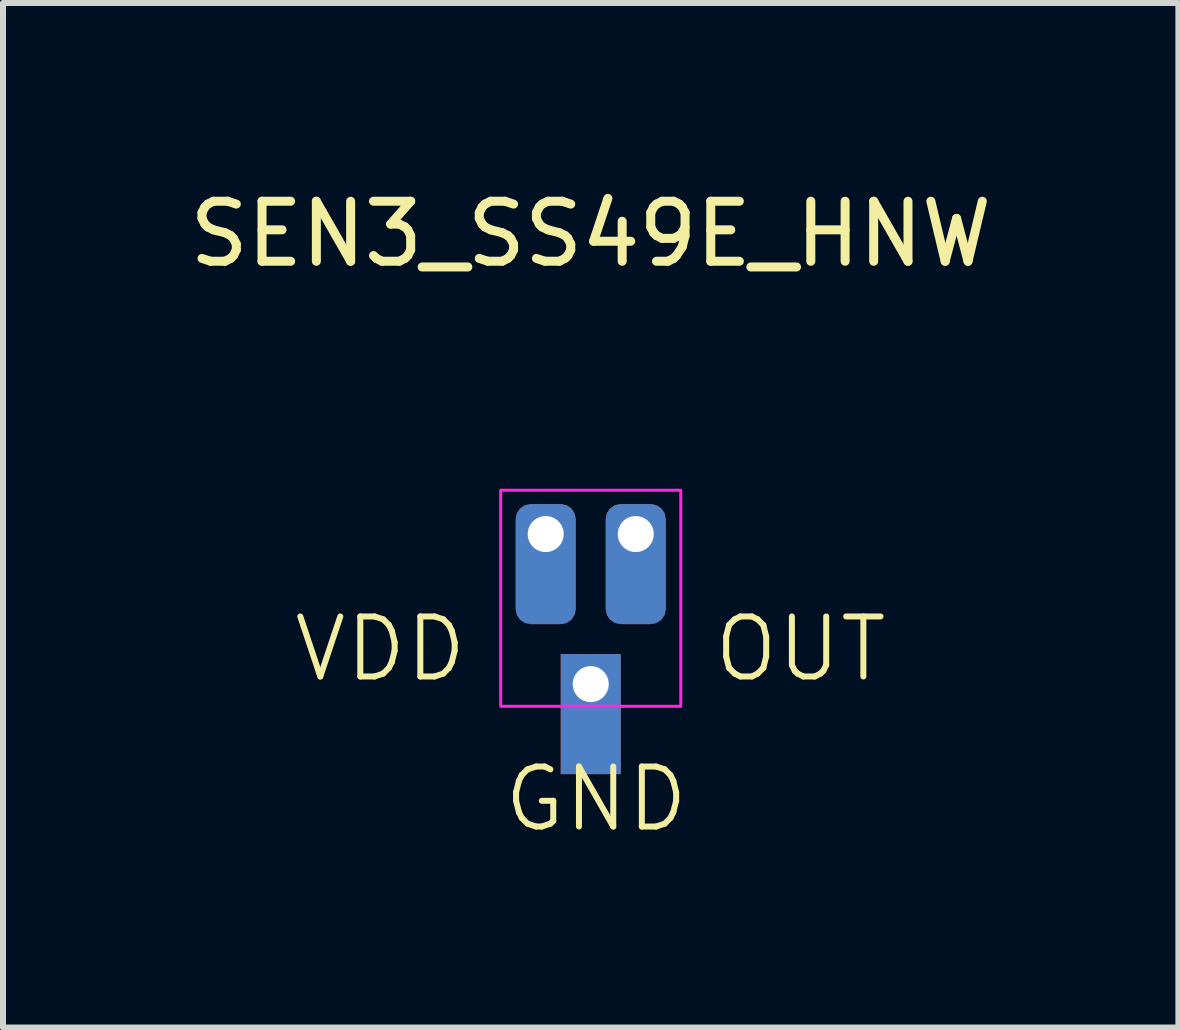
<source format=kicad_pcb>
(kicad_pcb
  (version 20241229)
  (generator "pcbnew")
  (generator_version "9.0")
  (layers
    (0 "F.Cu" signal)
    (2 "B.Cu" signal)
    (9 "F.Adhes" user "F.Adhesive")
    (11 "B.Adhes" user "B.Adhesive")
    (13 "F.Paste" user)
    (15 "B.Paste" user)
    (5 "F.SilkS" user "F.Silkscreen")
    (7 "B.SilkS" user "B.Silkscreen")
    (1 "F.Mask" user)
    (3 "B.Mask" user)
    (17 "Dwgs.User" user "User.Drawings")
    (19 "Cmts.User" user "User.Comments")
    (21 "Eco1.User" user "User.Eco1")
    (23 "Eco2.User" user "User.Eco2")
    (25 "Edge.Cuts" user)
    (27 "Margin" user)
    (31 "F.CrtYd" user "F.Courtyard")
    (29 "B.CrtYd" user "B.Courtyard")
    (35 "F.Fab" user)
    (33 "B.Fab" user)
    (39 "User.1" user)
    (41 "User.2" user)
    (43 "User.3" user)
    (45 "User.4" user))
  (footprint "SEN3_SS49E_HNW"
    (layer "F.Cu")
    (at 6.792 5.848)
    (property "Reference" "SEN3_SS49E_HNW" (at 0 -5 0) (unlocked yes) (layer "F.SilkS") (effects (font (size 1 1) (thickness 0.15))))
    (attr through_hole)
    (fp_rect (start -1.5 -0.73) (end 1.5 2.87) (stroke (width 0.05) (type solid)) (fill no) (layer "F.CrtYd"))
    (fp_text user "GND" (at -1.5 5 0) (unlocked yes) (layer "F.SilkS") (effects (font (size 1 1) (thickness 0.1)) (justify left bottom)))
    (fp_text user "VDD" (at -5 2.5 0) (unlocked yes) (layer "F.SilkS") (effects (font (size 1 1) (thickness 0.1)) (justify left bottom)))
    (fp_text user "OUT" (at 2 2.5 0) (unlocked yes) (layer "F.SilkS") (effects (font (size 1 1) (thickness 0.1)) (justify left bottom)))
    (pad "1" thru_hole roundrect (at -0.75 0) (size 1 2) (drill 0.6 (offset 0 0.5)) (layers "*.Cu" "*.Mask") (roundrect_rratio 0.25))
    (pad "2" thru_hole rect (at 0 2.5) (size 1 2) (drill 0.6 (offset 0 0.5)) (layers "*.Cu" "*.Mask"))
    (pad "3" thru_hole roundrect (at 0.75 0) (size 1 2) (drill 0.6 (offset 0 0.5)) (layers "*.Cu" "*.Mask") (roundrect_rratio 0.25)))
  (gr_rect
    (start -3 -3)
    (end 16.583 14.069)
    (stroke (width 0.1) (type default))
    (fill no)
    (layer "Edge.Cuts")))
</source>
